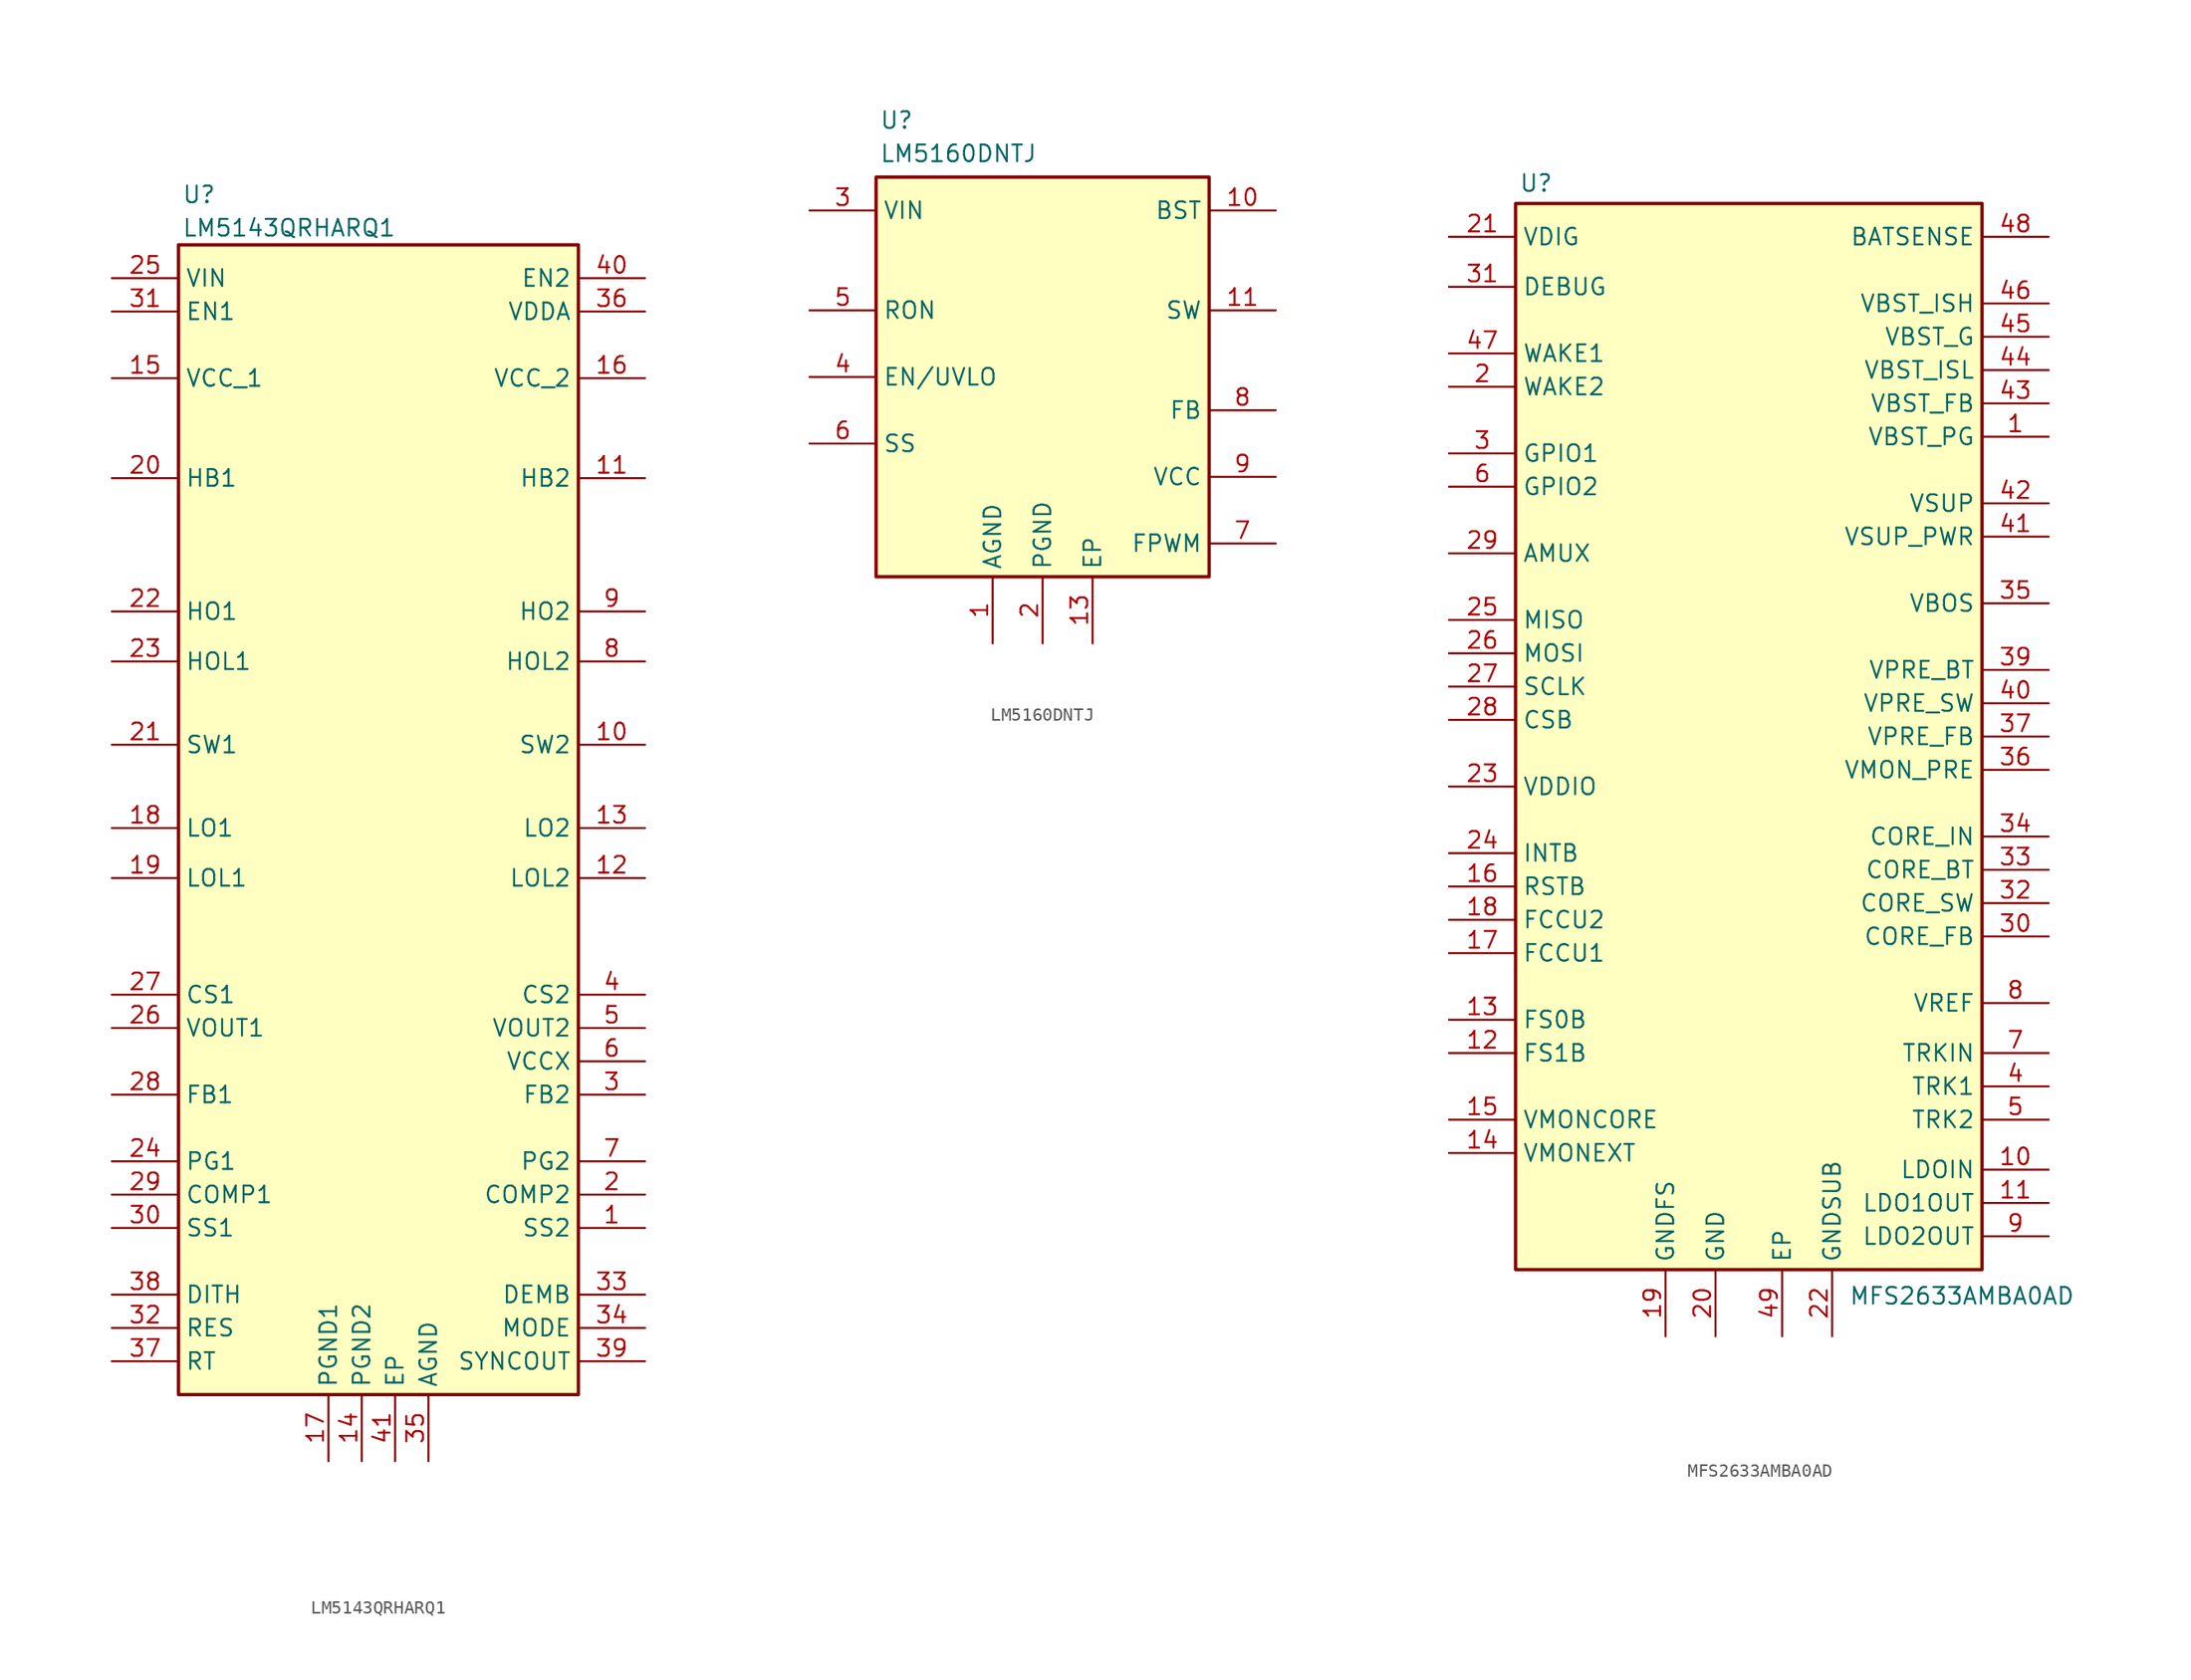
<source format=kicad_sym>
(kicad_symbol_lib
  (version 20241209)
  (generator "kicad_symbol_editor")
  (generator_version "9.0")
  (symbol "LM5143QRHARQ1"
    (property "Reference" "U"
      (at 5.334 7.112 0)
      (effects (font (size 1.27 1.27)) (justify left top)))
    (property "Value" "LM5143QRHARQ1"
      (at 5.334 4.572 0)
      (effects (font (size 1.27 1.27)) (justify left top)))
    (symbol "LM5143QRHARQ1_1_1"
      (rectangle (start 5.08 2.54) (end 35.56 -85.09) (stroke (width 0.254) (type default)) (fill (type background)))
      (pin passive line (at 0 0 0) (length 5.08) (name "VIN" (effects (font (size 1.27 1.27)))) (number "25" (effects (font (size 1.27 1.27)))))
      (pin passive line (at 0 -2.54 0) (length 5.08) (name "EN1" (effects (font (size 1.27 1.27)))) (number "31" (effects (font (size 1.27 1.27)))))
      (pin passive line (at 0 -7.62 0) (length 5.08) (name "VCC_1" (effects (font (size 1.27 1.27)))) (number "15" (effects (font (size 1.27 1.27)))))
      (pin passive line (at 0 -15.24 0) (length 5.08) (name "HB1" (effects (font (size 1.27 1.27)))) (number "20" (effects (font (size 1.27 1.27)))))
      (pin passive line (at 0 -25.4 0) (length 5.08) (name "HO1" (effects (font (size 1.27 1.27)))) (number "22" (effects (font (size 1.27 1.27)))))
      (pin passive line (at 0 -29.21 0) (length 5.08) (name "HOL1" (effects (font (size 1.27 1.27)))) (number "23" (effects (font (size 1.27 1.27)))))
      (pin passive line (at 0 -35.56 0) (length 5.08) (name "SW1" (effects (font (size 1.27 1.27)))) (number "21" (effects (font (size 1.27 1.27)))))
      (pin passive line (at 0 -41.91 0) (length 5.08) (name "LO1" (effects (font (size 1.27 1.27)))) (number "18" (effects (font (size 1.27 1.27)))))
      (pin passive line (at 0 -45.72 0) (length 5.08) (name "LOL1" (effects (font (size 1.27 1.27)))) (number "19" (effects (font (size 1.27 1.27)))))
      (pin passive line (at 0 -54.61 0) (length 5.08) (name "CS1" (effects (font (size 1.27 1.27)))) (number "27" (effects (font (size 1.27 1.27)))))
      (pin passive line (at 0 -57.15 0) (length 5.08) (name "VOUT1" (effects (font (size 1.27 1.27)))) (number "26" (effects (font (size 1.27 1.27)))))
      (pin passive line (at 0 -62.23 0) (length 5.08) (name "FB1" (effects (font (size 1.27 1.27)))) (number "28" (effects (font (size 1.27 1.27)))))
      (pin passive line (at 0 -67.31 0) (length 5.08) (name "PG1" (effects (font (size 1.27 1.27)))) (number "24" (effects (font (size 1.27 1.27)))))
      (pin passive line (at 0 -69.85 0) (length 5.08) (name "COMP1" (effects (font (size 1.27 1.27)))) (number "29" (effects (font (size 1.27 1.27)))))
      (pin passive line (at 0 -72.39 0) (length 5.08) (name "SS1" (effects (font (size 1.27 1.27)))) (number "30" (effects (font (size 1.27 1.27)))))
      (pin passive line (at 0 -77.47 0) (length 5.08) (name "DITH" (effects (font (size 1.27 1.27)))) (number "38" (effects (font (size 1.27 1.27)))))
      (pin passive line (at 0 -80.01 0) (length 5.08) (name "RES" (effects (font (size 1.27 1.27)))) (number "32" (effects (font (size 1.27 1.27)))))
      (pin passive line (at 0 -82.55 0) (length 5.08) (name "RT" (effects (font (size 1.27 1.27)))) (number "37" (effects (font (size 1.27 1.27)))))
      (pin passive line (at 16.51 -90.17 90) (length 5.08) (name "PGND1" (effects (font (size 1.27 1.27)))) (number "17" (effects (font (size 1.27 1.27)))))
      (pin passive line (at 19.05 -90.17 90) (length 5.08) (name "PGND2" (effects (font (size 1.27 1.27)))) (number "14" (effects (font (size 1.27 1.27)))))
      (pin passive line (at 21.59 -90.17 90) (length 5.08) (name "EP" (effects (font (size 1.27 1.27)))) (number "41" (effects (font (size 1.27 1.27)))))
      (pin passive line (at 24.13 -90.17 90) (length 5.08) (name "AGND" (effects (font (size 1.27 1.27)))) (number "35" (effects (font (size 1.27 1.27)))))
      (pin passive line (at 40.64 0 180) (length 5.08) (name "EN2" (effects (font (size 1.27 1.27)))) (number "40" (effects (font (size 1.27 1.27)))))
      (pin passive line (at 40.64 -2.54 180) (length 5.08) (name "VDDA" (effects (font (size 1.27 1.27)))) (number "36" (effects (font (size 1.27 1.27)))))
      (pin passive line (at 40.64 -7.62 180) (length 5.08) (name "VCC_2" (effects (font (size 1.27 1.27)))) (number "16" (effects (font (size 1.27 1.27)))))
      (pin passive line (at 40.64 -15.24 180) (length 5.08) (name "HB2" (effects (font (size 1.27 1.27)))) (number "11" (effects (font (size 1.27 1.27)))))
      (pin passive line (at 40.64 -25.4 180) (length 5.08) (name "HO2" (effects (font (size 1.27 1.27)))) (number "9" (effects (font (size 1.27 1.27)))))
      (pin passive line (at 40.64 -29.21 180) (length 5.08) (name "HOL2" (effects (font (size 1.27 1.27)))) (number "8" (effects (font (size 1.27 1.27)))))
      (pin passive line (at 40.64 -35.56 180) (length 5.08) (name "SW2" (effects (font (size 1.27 1.27)))) (number "10" (effects (font (size 1.27 1.27)))))
      (pin passive line (at 40.64 -41.91 180) (length 5.08) (name "LO2" (effects (font (size 1.27 1.27)))) (number "13" (effects (font (size 1.27 1.27)))))
      (pin passive line (at 40.64 -45.72 180) (length 5.08) (name "LOL2" (effects (font (size 1.27 1.27)))) (number "12" (effects (font (size 1.27 1.27)))))
      (pin passive line (at 40.64 -54.61 180) (length 5.08) (name "CS2" (effects (font (size 1.27 1.27)))) (number "4" (effects (font (size 1.27 1.27)))))
      (pin passive line (at 40.64 -57.15 180) (length 5.08) (name "VOUT2" (effects (font (size 1.27 1.27)))) (number "5" (effects (font (size 1.27 1.27)))))
      (pin passive line (at 40.64 -59.69 180) (length 5.08) (name "VCCX" (effects (font (size 1.27 1.27)))) (number "6" (effects (font (size 1.27 1.27)))))
      (pin passive line (at 40.64 -62.23 180) (length 5.08) (name "FB2" (effects (font (size 1.27 1.27)))) (number "3" (effects (font (size 1.27 1.27)))))
      (pin passive line (at 40.64 -67.31 180) (length 5.08) (name "PG2" (effects (font (size 1.27 1.27)))) (number "7" (effects (font (size 1.27 1.27)))))
      (pin passive line (at 40.64 -69.85 180) (length 5.08) (name "COMP2" (effects (font (size 1.27 1.27)))) (number "2" (effects (font (size 1.27 1.27)))))
      (pin passive line (at 40.64 -72.39 180) (length 5.08) (name "SS2" (effects (font (size 1.27 1.27)))) (number "1" (effects (font (size 1.27 1.27)))))
      (pin passive line (at 40.64 -77.47 180) (length 5.08) (name "DEMB" (effects (font (size 1.27 1.27)))) (number "33" (effects (font (size 1.27 1.27)))))
      (pin passive line (at 40.64 -80.01 180) (length 5.08) (name "MODE" (effects (font (size 1.27 1.27)))) (number "34" (effects (font (size 1.27 1.27)))))
      (pin passive line (at 40.64 -82.55 180) (length 5.08) (name "SYNCOUT" (effects (font (size 1.27 1.27)))) (number "39" (effects (font (size 1.27 1.27)))))))
  (symbol "LM5160DNTJ"
    (property "Reference" "U"
      (at 5.334 7.62 0)
      (effects (font (size 1.27 1.27)) (justify left top)))
    (property "Value" "LM5160DNTJ"
      (at 5.334 5.08 0)
      (effects (font (size 1.27 1.27)) (justify left top)))
    (symbol "LM5160DNTJ_1_1"
      (rectangle (start 5.08 2.54) (end 30.48 -27.94) (stroke (width 0.254) (type default)) (fill (type background)))
      (pin passive line (at 0 0 0) (length 5.08) (name "VIN" (effects (font (size 1.27 1.27)))) (number "3" (effects (font (size 1.27 1.27)))))
      (pin passive line (at 0 -7.62 0) (length 5.08) (name "RON" (effects (font (size 1.27 1.27)))) (number "5" (effects (font (size 1.27 1.27)))))
      (pin passive line (at 0 -12.7 0) (length 5.08) (name "EN/UVLO" (effects (font (size 1.27 1.27)))) (number "4" (effects (font (size 1.27 1.27)))))
      (pin passive line (at 0 -17.78 0) (length 5.08) (name "SS" (effects (font (size 1.27 1.27)))) (number "6" (effects (font (size 1.27 1.27)))))
      (pin passive line (at 13.97 -33.02 90) (length 5.08) (name "AGND" (effects (font (size 1.27 1.27)))) (number "1" (effects (font (size 1.27 1.27)))))
      (pin passive line (at 17.78 -33.02 90) (length 5.08) (name "PGND" (effects (font (size 1.27 1.27)))) (number "2" (effects (font (size 1.27 1.27)))))
      (pin passive line (at 21.59 -33.02 90) (length 5.08) (name "EP" (effects (font (size 1.27 1.27)))) (number "13" (effects (font (size 1.27 1.27)))))
      (pin passive line (at 35.56 0 180) (length 5.08) (name "BST" (effects (font (size 1.27 1.27)))) (number "10" (effects (font (size 1.27 1.27)))))
      (pin passive line (at 35.56 -7.62 180) (length 5.08) (name "SW" (effects (font (size 1.27 1.27)))) (number "11" (effects (font (size 1.27 1.27)))))
      (pin passive line (at 35.56 -7.62 180) (length 5.08) (hide yes) (name "SW" (effects (font (size 1.27 1.27)))) (number "12" (effects (font (size 1.27 1.27)))))
      (pin passive line (at 35.56 -15.24 180) (length 5.08) (name "FB" (effects (font (size 1.27 1.27)))) (number "8" (effects (font (size 1.27 1.27)))))
      (pin passive line (at 35.56 -20.32 180) (length 5.08) (name "VCC" (effects (font (size 1.27 1.27)))) (number "9" (effects (font (size 1.27 1.27)))))
      (pin passive line (at 35.56 -25.4 180) (length 5.08) (name "FPWM" (effects (font (size 1.27 1.27)))) (number "7" (effects (font (size 1.27 1.27)))))))
  (symbol "MFS2633AMBA0AD"
    (property "Reference" "U"
      (at -17.526 42.926 0)
      (effects (font (size 1.27 1.27)) (justify left top)))
    (property "Value" "MFS2633AMBA0AD"
      (at 7.62 -41.91 0)
      (effects (font (size 1.27 1.27)) (justify left top)))
    (symbol "MFS2633AMBA0AD_1_1"
      (rectangle (start -17.78 40.64) (end 17.78 -40.64) (stroke (width 0.254) (type default)) (fill (type background)))
      (pin passive line (at -22.86 38.1 0) (length 5.08) (name "VDIG" (effects (font (size 1.27 1.27)))) (number "21" (effects (font (size 1.27 1.27)))))
      (pin passive line (at -22.86 34.29 0) (length 5.08) (name "DEBUG" (effects (font (size 1.27 1.27)))) (number "31" (effects (font (size 1.27 1.27)))))
      (pin no_connect line (at -22.86 31.75 0) (length 5.08) (hide yes) (name "NC" (effects (font (size 1.27 1.27)))) (number "38" (effects (font (size 1.27 1.27)))))
      (pin passive line (at -22.86 29.21 0) (length 5.08) (name "WAKE1" (effects (font (size 1.27 1.27)))) (number "47" (effects (font (size 1.27 1.27)))))
      (pin passive line (at -22.86 26.67 0) (length 5.08) (name "WAKE2" (effects (font (size 1.27 1.27)))) (number "2" (effects (font (size 1.27 1.27)))))
      (pin passive line (at -22.86 21.59 0) (length 5.08) (name "GPIO1" (effects (font (size 1.27 1.27)))) (number "3" (effects (font (size 1.27 1.27)))))
      (pin passive line (at -22.86 19.05 0) (length 5.08) (name "GPIO2" (effects (font (size 1.27 1.27)))) (number "6" (effects (font (size 1.27 1.27)))))
      (pin passive line (at -22.86 13.97 0) (length 5.08) (name "AMUX" (effects (font (size 1.27 1.27)))) (number "29" (effects (font (size 1.27 1.27)))))
      (pin passive line (at -22.86 8.89 0) (length 5.08) (name "MISO" (effects (font (size 1.27 1.27)))) (number "25" (effects (font (size 1.27 1.27)))))
      (pin passive line (at -22.86 6.35 0) (length 5.08) (name "MOSI" (effects (font (size 1.27 1.27)))) (number "26" (effects (font (size 1.27 1.27)))))
      (pin passive line (at -22.86 3.81 0) (length 5.08) (name "SCLK" (effects (font (size 1.27 1.27)))) (number "27" (effects (font (size 1.27 1.27)))))
      (pin passive line (at -22.86 1.27 0) (length 5.08) (name "CSB" (effects (font (size 1.27 1.27)))) (number "28" (effects (font (size 1.27 1.27)))))
      (pin passive line (at -22.86 -3.81 0) (length 5.08) (name "VDDIO" (effects (font (size 1.27 1.27)))) (number "23" (effects (font (size 1.27 1.27)))))
      (pin passive line (at -22.86 -8.89 0) (length 5.08) (name "INTB" (effects (font (size 1.27 1.27)))) (number "24" (effects (font (size 1.27 1.27)))))
      (pin passive line (at -22.86 -11.43 0) (length 5.08) (name "RSTB" (effects (font (size 1.27 1.27)))) (number "16" (effects (font (size 1.27 1.27)))))
      (pin passive line (at -22.86 -13.97 0) (length 5.08) (name "FCCU2" (effects (font (size 1.27 1.27)))) (number "18" (effects (font (size 1.27 1.27)))))
      (pin passive line (at -22.86 -16.51 0) (length 5.08) (name "FCCU1" (effects (font (size 1.27 1.27)))) (number "17" (effects (font (size 1.27 1.27)))))
      (pin passive line (at -22.86 -21.59 0) (length 5.08) (name "FS0B" (effects (font (size 1.27 1.27)))) (number "13" (effects (font (size 1.27 1.27)))))
      (pin passive line (at -22.86 -24.13 0) (length 5.08) (name "FS1B" (effects (font (size 1.27 1.27)))) (number "12" (effects (font (size 1.27 1.27)))))
      (pin passive line (at -22.86 -29.21 0) (length 5.08) (name "VMONCORE" (effects (font (size 1.27 1.27)))) (number "15" (effects (font (size 1.27 1.27)))))
      (pin passive line (at -22.86 -31.75 0) (length 5.08) (name "VMONEXT" (effects (font (size 1.27 1.27)))) (number "14" (effects (font (size 1.27 1.27)))))
      (pin passive line (at -6.35 -45.72 90) (length 5.08) (name "GNDFS" (effects (font (size 1.27 1.27)))) (number "19" (effects (font (size 1.27 1.27)))))
      (pin passive line (at -2.54 -45.72 90) (length 5.08) (name "GND" (effects (font (size 1.27 1.27)))) (number "20" (effects (font (size 1.27 1.27)))))
      (pin passive line (at 2.54 -45.72 90) (length 5.08) (name "EP" (effects (font (size 1.27 1.27)))) (number "49" (effects (font (size 1.27 1.27)))))
      (pin passive line (at 6.35 -45.72 90) (length 5.08) (name "GNDSUB" (effects (font (size 1.27 1.27)))) (number "22" (effects (font (size 1.27 1.27)))))
      (pin passive line (at 22.86 38.1 180) (length 5.08) (name "BATSENSE" (effects (font (size 1.27 1.27)))) (number "48" (effects (font (size 1.27 1.27)))))
      (pin passive line (at 22.86 33.02 180) (length 5.08) (name "VBST_ISH" (effects (font (size 1.27 1.27)))) (number "46" (effects (font (size 1.27 1.27)))))
      (pin passive line (at 22.86 30.48 180) (length 5.08) (name "VBST_G" (effects (font (size 1.27 1.27)))) (number "45" (effects (font (size 1.27 1.27)))))
      (pin passive line (at 22.86 27.94 180) (length 5.08) (name "VBST_ISL" (effects (font (size 1.27 1.27)))) (number "44" (effects (font (size 1.27 1.27)))))
      (pin passive line (at 22.86 25.4 180) (length 5.08) (name "VBST_FB" (effects (font (size 1.27 1.27)))) (number "43" (effects (font (size 1.27 1.27)))))
      (pin passive line (at 22.86 22.86 180) (length 5.08) (name "VBST_PG" (effects (font (size 1.27 1.27)))) (number "1" (effects (font (size 1.27 1.27)))))
      (pin passive line (at 22.86 17.78 180) (length 5.08) (name "VSUP" (effects (font (size 1.27 1.27)))) (number "42" (effects (font (size 1.27 1.27)))))
      (pin passive line (at 22.86 15.24 180) (length 5.08) (name "VSUP_PWR" (effects (font (size 1.27 1.27)))) (number "41" (effects (font (size 1.27 1.27)))))
      (pin passive line (at 22.86 10.16 180) (length 5.08) (name "VBOS" (effects (font (size 1.27 1.27)))) (number "35" (effects (font (size 1.27 1.27)))))
      (pin passive line (at 22.86 5.08 180) (length 5.08) (name "VPRE_BT" (effects (font (size 1.27 1.27)))) (number "39" (effects (font (size 1.27 1.27)))))
      (pin passive line (at 22.86 2.54 180) (length 5.08) (name "VPRE_SW" (effects (font (size 1.27 1.27)))) (number "40" (effects (font (size 1.27 1.27)))))
      (pin passive line (at 22.86 0 180) (length 5.08) (name "VPRE_FB" (effects (font (size 1.27 1.27)))) (number "37" (effects (font (size 1.27 1.27)))))
      (pin passive line (at 22.86 -2.54 180) (length 5.08) (name "VMON_PRE" (effects (font (size 1.27 1.27)))) (number "36" (effects (font (size 1.27 1.27)))))
      (pin passive line (at 22.86 -7.62 180) (length 5.08) (name "CORE_IN" (effects (font (size 1.27 1.27)))) (number "34" (effects (font (size 1.27 1.27)))))
      (pin passive line (at 22.86 -10.16 180) (length 5.08) (name "CORE_BT" (effects (font (size 1.27 1.27)))) (number "33" (effects (font (size 1.27 1.27)))))
      (pin passive line (at 22.86 -12.7 180) (length 5.08) (name "CORE_SW" (effects (font (size 1.27 1.27)))) (number "32" (effects (font (size 1.27 1.27)))))
      (pin passive line (at 22.86 -15.24 180) (length 5.08) (name "CORE_FB" (effects (font (size 1.27 1.27)))) (number "30" (effects (font (size 1.27 1.27)))))
      (pin passive line (at 22.86 -20.32 180) (length 5.08) (name "VREF" (effects (font (size 1.27 1.27)))) (number "8" (effects (font (size 1.27 1.27)))))
      (pin passive line (at 22.86 -24.13 180) (length 5.08) (name "TRKIN" (effects (font (size 1.27 1.27)))) (number "7" (effects (font (size 1.27 1.27)))))
      (pin passive line (at 22.86 -26.67 180) (length 5.08) (name "TRK1" (effects (font (size 1.27 1.27)))) (number "4" (effects (font (size 1.27 1.27)))))
      (pin passive line (at 22.86 -29.21 180) (length 5.08) (name "TRK2" (effects (font (size 1.27 1.27)))) (number "5" (effects (font (size 1.27 1.27)))))
      (pin passive line (at 22.86 -33.02 180) (length 5.08) (name "LDOIN" (effects (font (size 1.27 1.27)))) (number "10" (effects (font (size 1.27 1.27)))))
      (pin passive line (at 22.86 -35.56 180) (length 5.08) (name "LDO1OUT" (effects (font (size 1.27 1.27)))) (number "11" (effects (font (size 1.27 1.27)))))
      (pin passive line (at 22.86 -38.1 180) (length 5.08) (name "LDO2OUT" (effects (font (size 1.27 1.27)))) (number "9" (effects (font (size 1.27 1.27))))))))
</source>
